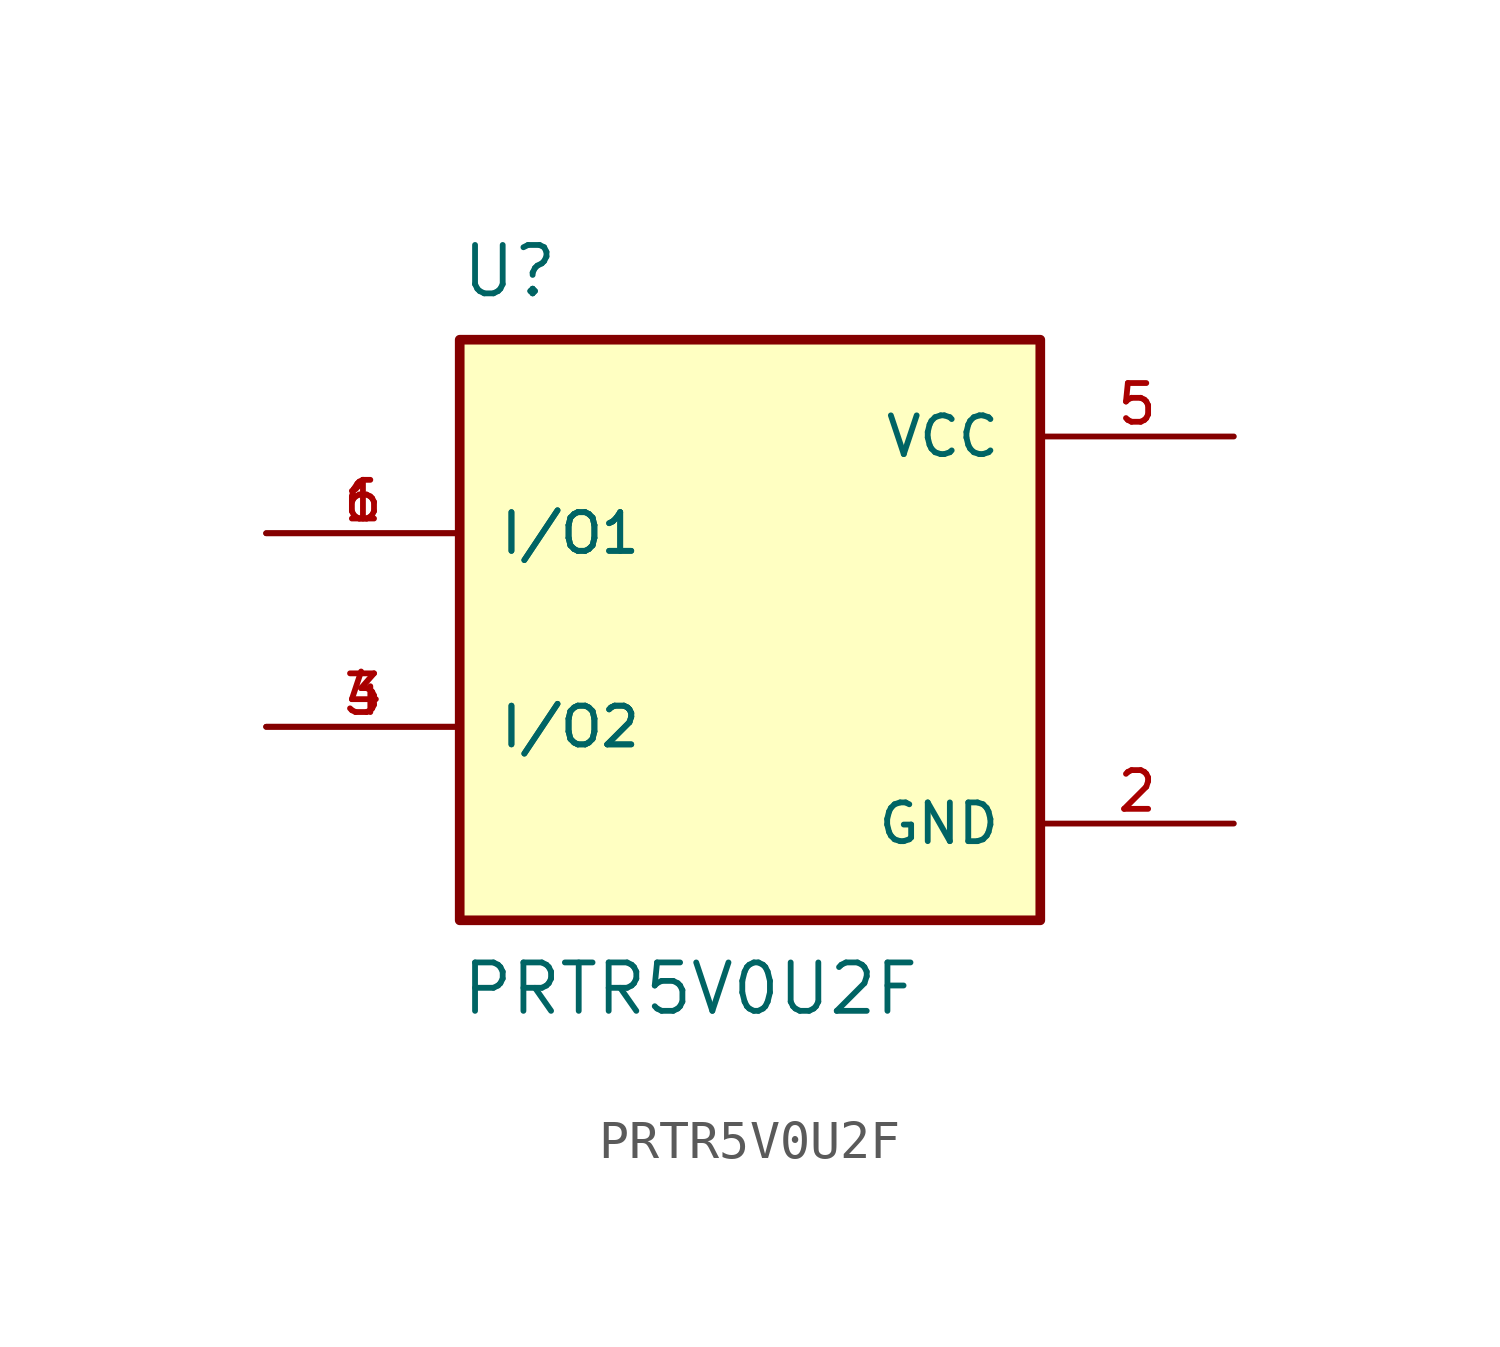
<source format=kicad_sym>
(kicad_symbol_lib
  (version 20211014)
  (generator kicad_symbol_editor)
  (symbol "PRTR5V0U2F"
    (pin_names
      (offset 1.016))
    (property "Reference" "U"
      (at -7.62 10.16 0)
      (effects (font (size 1.27 1.27)) (justify top left)))
    (property "Value" "PRTR5V0U2F"
      (at -7.62 -10.16 0)
      (effects (font (size 1.27 1.27)) (justify bottom left)))
    (symbol "PRTR5V0U2F_0_0"
      (rectangle (start -7.62 -7.62) (end 7.62 7.62) (stroke (width 0.254)) (fill (type background)))
      (pin bidirectional line (at -12.7 2.54 0) (length 5.08) (name "I/O1" (effects (font (size 1.016 1.016)))) (number "1" (effects (font (size 1.016 1.016)))))
      (pin bidirectional line (at -12.7 2.54 0) (length 5.08) (name "I/O1" (effects (font (size 1.016 1.016)))) (number "6" (effects (font (size 1.016 1.016)))))
      (pin bidirectional line (at -12.7 -2.54 0) (length 5.08) (name "I/O2" (effects (font (size 1.016 1.016)))) (number "3" (effects (font (size 1.016 1.016)))))
      (pin bidirectional line (at -12.7 -2.54 0) (length 5.08) (name "I/O2" (effects (font (size 1.016 1.016)))) (number "4" (effects (font (size 1.016 1.016)))))
      (pin power_in line (at 12.7 5.08 180.0) (length 5.08) (name "VCC" (effects (font (size 1.016 1.016)))) (number "5" (effects (font (size 1.016 1.016)))))
      (pin power_in line (at 12.7 -5.08 180.0) (length 5.08) (name "GND" (effects (font (size 1.016 1.016)))) (number "2" (effects (font (size 1.016 1.016))))))))
</source>
